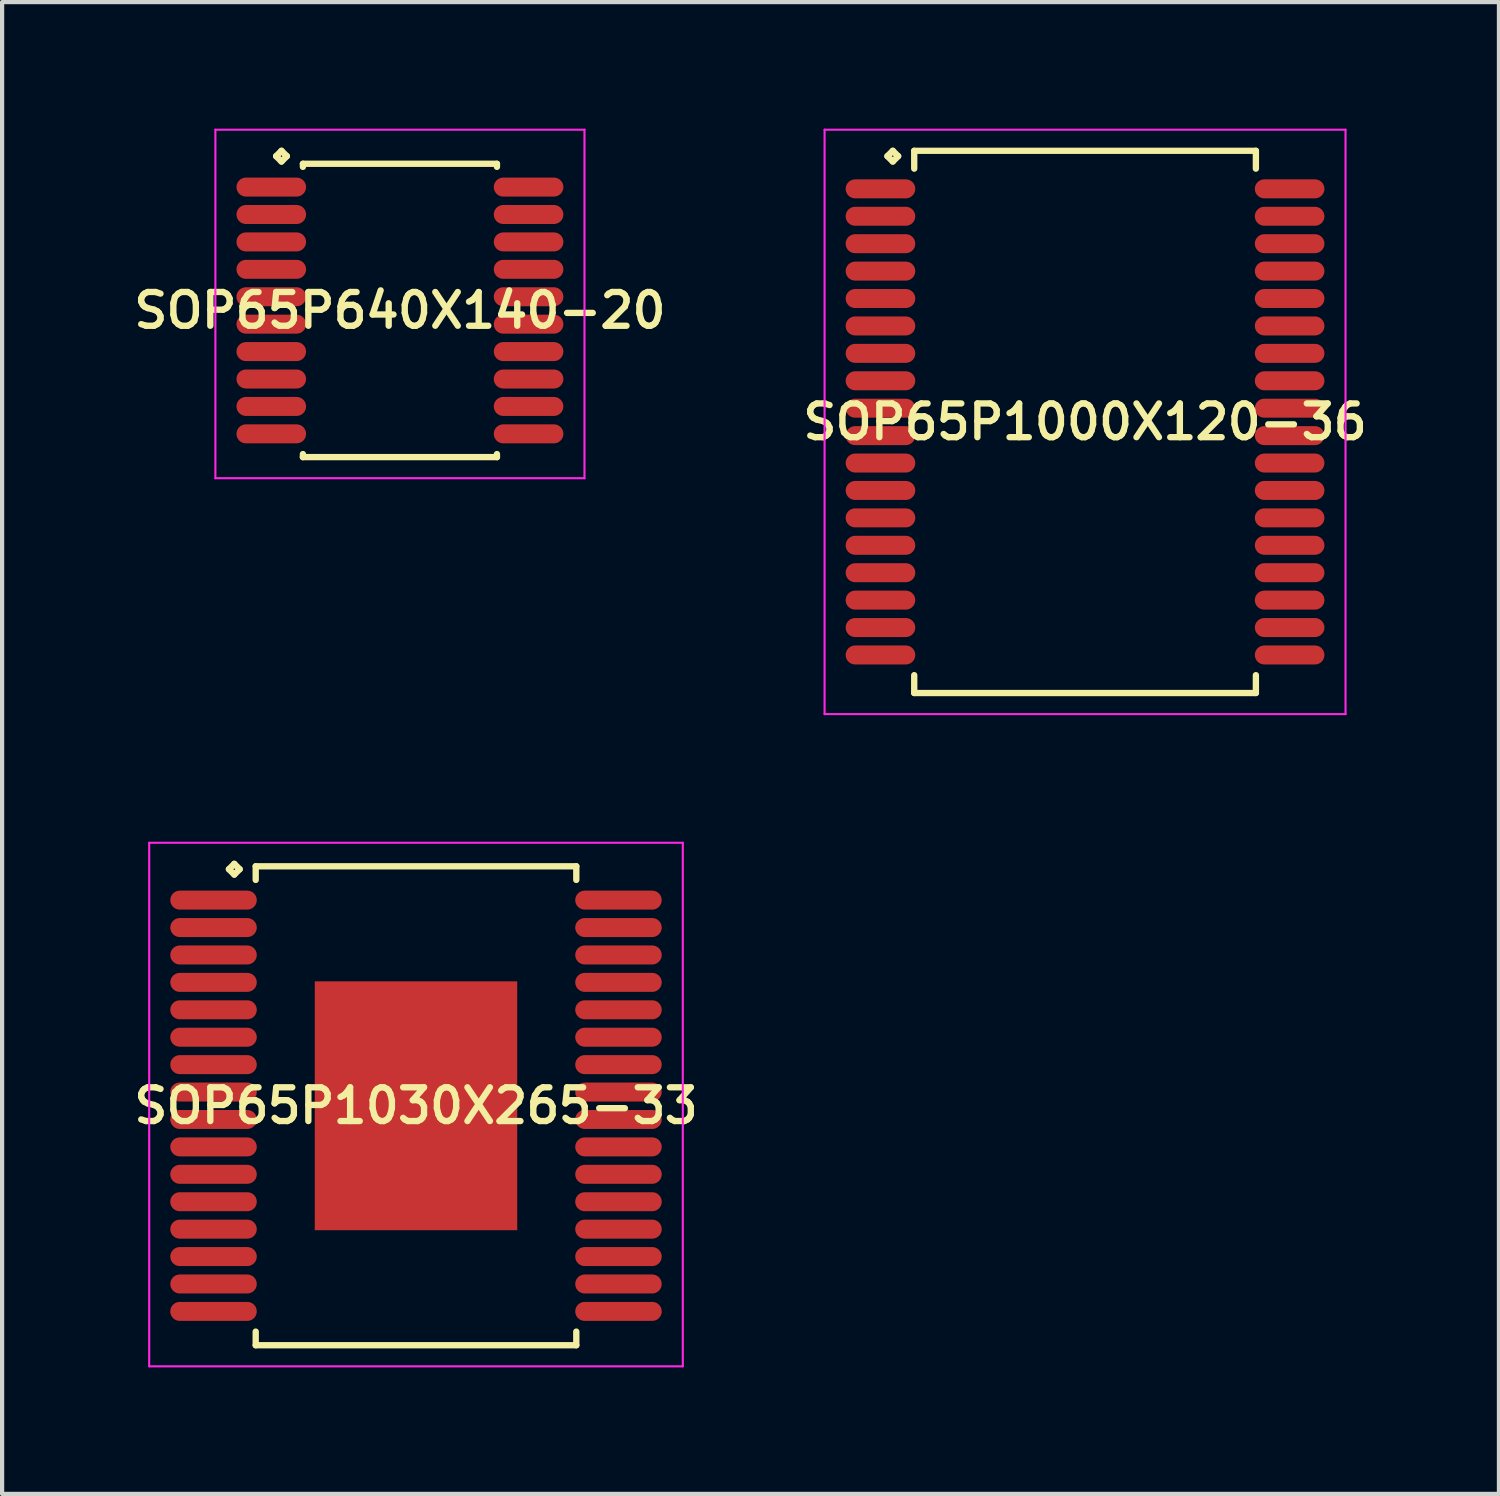
<source format=kicad_pcb>
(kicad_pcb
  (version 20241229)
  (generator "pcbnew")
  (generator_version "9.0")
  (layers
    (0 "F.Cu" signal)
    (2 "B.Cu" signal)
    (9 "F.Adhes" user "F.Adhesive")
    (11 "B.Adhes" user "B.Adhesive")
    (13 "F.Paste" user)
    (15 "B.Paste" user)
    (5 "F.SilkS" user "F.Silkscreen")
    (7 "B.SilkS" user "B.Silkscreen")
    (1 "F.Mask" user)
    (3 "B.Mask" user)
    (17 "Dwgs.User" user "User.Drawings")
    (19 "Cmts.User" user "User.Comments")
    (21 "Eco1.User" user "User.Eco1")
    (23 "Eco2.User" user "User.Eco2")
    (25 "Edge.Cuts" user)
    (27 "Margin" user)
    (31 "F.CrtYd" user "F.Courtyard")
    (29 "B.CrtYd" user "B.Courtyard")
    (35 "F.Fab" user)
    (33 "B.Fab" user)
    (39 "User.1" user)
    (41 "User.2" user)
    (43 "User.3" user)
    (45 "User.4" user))
  (footprint "SOP65P1030X265-33"
    (layer "F.Cu")
    (at 6.812 23.164)
    (property "Reference" "SOP65P1030X265-33" (at 0 0 0) (layer "F.SilkS") (effects (font (size 0.8 0.8) (thickness 0.15))))
    (attr smd)
    (fp_line (start -4.435 -5.608) (end -4.308 -5.735) (stroke (width 0.15) (type solid)) (layer "F.SilkS"))
    (fp_line (start -4.308 -5.735) (end -4.181 -5.608) (stroke (width 0.15) (type solid)) (layer "F.SilkS"))
    (fp_line (start -4.308 -5.481) (end -4.435 -5.608) (stroke (width 0.15) (type solid)) (layer "F.SilkS"))
    (fp_line (start -4.181 -5.608) (end -4.308 -5.481) (stroke (width 0.15) (type solid)) (layer "F.SilkS"))
    (fp_line (start -3.8 -5.677) (end 3.8 -5.677) (stroke (width 0.15) (type solid)) (layer "F.SilkS"))
    (fp_line (start -3.8 -5.354) (end -3.8 -5.677) (stroke (width 0.15) (type solid)) (layer "F.SilkS"))
    (fp_line (start -3.8 5.354) (end -3.8 5.677) (stroke (width 0.15) (type solid)) (layer "F.SilkS"))
    (fp_line (start -3.8 5.677) (end 3.8 5.677) (stroke (width 0.15) (type solid)) (layer "F.SilkS"))
    (fp_line (start 3.8 -5.677) (end 3.8 -5.354) (stroke (width 0.15) (type solid)) (layer "F.SilkS"))
    (fp_line (start 3.8 5.677) (end 3.8 5.354) (stroke (width 0.15) (type solid)) (layer "F.SilkS"))
    (fp_line (start -6.325 -6.235) (end 6.325 -6.235) (stroke (width 0.05) (type solid)) (layer "F.CrtYd"))
    (fp_line (start -6.325 6.177) (end -6.325 -6.235) (stroke (width 0.05) (type solid)) (layer "F.CrtYd"))
    (fp_line (start 6.325 -6.235) (end 6.325 6.177) (stroke (width 0.05) (type solid)) (layer "F.CrtYd"))
    (fp_line (start 6.325 6.177) (end -6.325 6.177) (stroke (width 0.05) (type solid)) (layer "F.CrtYd"))
    (pad "1" smd oval (at -4.8 -4.875) (size 2.05 0.45) (layers "F.Cu" "F.Mask" "F.Paste"))
    (pad "2" smd oval (at -4.8 -4.225) (size 2.05 0.45) (layers "F.Cu" "F.Mask" "F.Paste"))
    (pad "3" smd oval (at -4.8 -3.575) (size 2.05 0.45) (layers "F.Cu" "F.Mask" "F.Paste"))
    (pad "4" smd oval (at -4.8 -2.925) (size 2.05 0.45) (layers "F.Cu" "F.Mask" "F.Paste"))
    (pad "5" smd oval (at -4.8 -2.275) (size 2.05 0.45) (layers "F.Cu" "F.Mask" "F.Paste"))
    (pad "6" smd oval (at -4.8 -1.625) (size 2.05 0.45) (layers "F.Cu" "F.Mask" "F.Paste"))
    (pad "7" smd oval (at -4.8 -0.975) (size 2.05 0.45) (layers "F.Cu" "F.Mask" "F.Paste"))
    (pad "8" smd oval (at -4.8 -0.325) (size 2.05 0.45) (layers "F.Cu" "F.Mask" "F.Paste"))
    (pad "9" smd oval (at -4.8 0.325) (size 2.05 0.45) (layers "F.Cu" "F.Mask" "F.Paste"))
    (pad "10" smd oval (at -4.8 0.975) (size 2.05 0.45) (layers "F.Cu" "F.Mask" "F.Paste"))
    (pad "11" smd oval (at -4.8 1.625) (size 2.05 0.45) (layers "F.Cu" "F.Mask" "F.Paste"))
    (pad "12" smd oval (at -4.8 2.275) (size 2.05 0.45) (layers "F.Cu" "F.Mask" "F.Paste"))
    (pad "13" smd oval (at -4.8 2.925) (size 2.05 0.45) (layers "F.Cu" "F.Mask" "F.Paste"))
    (pad "14" smd oval (at -4.8 3.575) (size 2.05 0.45) (layers "F.Cu" "F.Mask" "F.Paste"))
    (pad "15" smd oval (at -4.8 4.225) (size 2.05 0.45) (layers "F.Cu" "F.Mask" "F.Paste"))
    (pad "16" smd oval (at -4.8 4.875) (size 2.05 0.45) (layers "F.Cu" "F.Mask" "F.Paste"))
    (pad "17" smd oval (at 4.8 4.875) (size 2.05 0.45) (layers "F.Cu" "F.Mask" "F.Paste"))
    (pad "18" smd oval (at 4.8 4.225) (size 2.05 0.45) (layers "F.Cu" "F.Mask" "F.Paste"))
    (pad "19" smd oval (at 4.8 3.575) (size 2.05 0.45) (layers "F.Cu" "F.Mask" "F.Paste"))
    (pad "20" smd oval (at 4.8 2.925) (size 2.05 0.45) (layers "F.Cu" "F.Mask" "F.Paste"))
    (pad "21" smd oval (at 4.8 2.275) (size 2.05 0.45) (layers "F.Cu" "F.Mask" "F.Paste"))
    (pad "22" smd oval (at 4.8 1.625) (size 2.05 0.45) (layers "F.Cu" "F.Mask" "F.Paste"))
    (pad "23" smd oval (at 4.8 0.975) (size 2.05 0.45) (layers "F.Cu" "F.Mask" "F.Paste"))
    (pad "24" smd oval (at 4.8 0.325) (size 2.05 0.45) (layers "F.Cu" "F.Mask" "F.Paste"))
    (pad "25" smd oval (at 4.8 -0.325) (size 2.05 0.45) (layers "F.Cu" "F.Mask" "F.Paste"))
    (pad "26" smd oval (at 4.8 -0.975) (size 2.05 0.45) (layers "F.Cu" "F.Mask" "F.Paste"))
    (pad "27" smd oval (at 4.8 -1.625) (size 2.05 0.45) (layers "F.Cu" "F.Mask" "F.Paste"))
    (pad "28" smd oval (at 4.8 -2.275) (size 2.05 0.45) (layers "F.Cu" "F.Mask" "F.Paste"))
    (pad "29" smd oval (at 4.8 -2.925) (size 2.05 0.45) (layers "F.Cu" "F.Mask" "F.Paste"))
    (pad "30" smd oval (at 4.8 -3.575) (size 2.05 0.45) (layers "F.Cu" "F.Mask" "F.Paste"))
    (pad "31" smd oval (at 4.8 -4.225) (size 2.05 0.45) (layers "F.Cu" "F.Mask" "F.Paste"))
    (pad "32" smd oval (at 4.8 -4.875) (size 2.05 0.45) (layers "F.Cu" "F.Mask" "F.Paste"))
    (pad "33" smd rect (at 0 0) (size 4.8 5.9) (layers "F.Cu" "F.Mask" "F.Paste")))
  (footprint "SOP65P640X140-20"
    (layer "F.Cu")
    (at 6.431 4.31)
    (property "Reference" "SOP65P640X140-20" (at 0 0 0) (layer "F.SilkS") (effects (font (size 0.8 0.8) (thickness 0.15))))
    (attr smd)
    (fp_line (start -2.935 -3.658) (end -2.808 -3.785) (stroke (width 0.15) (type solid)) (layer "F.SilkS"))
    (fp_line (start -2.808 -3.785) (end -2.681 -3.658) (stroke (width 0.15) (type solid)) (layer "F.SilkS"))
    (fp_line (start -2.808 -3.531) (end -2.935 -3.658) (stroke (width 0.15) (type solid)) (layer "F.SilkS"))
    (fp_line (start -2.681 -3.658) (end -2.808 -3.531) (stroke (width 0.15) (type solid)) (layer "F.SilkS"))
    (fp_line (start -2.3 -3.477) (end 2.3 -3.477) (stroke (width 0.15) (type solid)) (layer "F.SilkS"))
    (fp_line (start -2.3 -3.404) (end -2.3 -3.477) (stroke (width 0.15) (type solid)) (layer "F.SilkS"))
    (fp_line (start -2.3 3.404) (end -2.3 3.477) (stroke (width 0.15) (type solid)) (layer "F.SilkS"))
    (fp_line (start -2.3 3.477) (end 2.3 3.477) (stroke (width 0.15) (type solid)) (layer "F.SilkS"))
    (fp_line (start 2.3 -3.477) (end 2.3 -3.404) (stroke (width 0.15) (type solid)) (layer "F.SilkS"))
    (fp_line (start 2.3 3.477) (end 2.3 3.404) (stroke (width 0.15) (type solid)) (layer "F.SilkS"))
    (fp_line (start -4.375 -4.285) (end 4.375 -4.285) (stroke (width 0.05) (type solid)) (layer "F.CrtYd"))
    (fp_line (start -4.375 3.977) (end -4.375 -4.285) (stroke (width 0.05) (type solid)) (layer "F.CrtYd"))
    (fp_line (start 4.375 -4.285) (end 4.375 3.977) (stroke (width 0.05) (type solid)) (layer "F.CrtYd"))
    (fp_line (start 4.375 3.977) (end -4.375 3.977) (stroke (width 0.05) (type solid)) (layer "F.CrtYd"))
    (pad "1" smd oval (at -3.05 -2.925) (size 1.65 0.45) (layers "F.Cu" "F.Mask" "F.Paste"))
    (pad "2" smd oval (at -3.05 -2.275) (size 1.65 0.45) (layers "F.Cu" "F.Mask" "F.Paste"))
    (pad "3" smd oval (at -3.05 -1.625) (size 1.65 0.45) (layers "F.Cu" "F.Mask" "F.Paste"))
    (pad "4" smd oval (at -3.05 -0.975) (size 1.65 0.45) (layers "F.Cu" "F.Mask" "F.Paste"))
    (pad "5" smd oval (at -3.05 -0.325) (size 1.65 0.45) (layers "F.Cu" "F.Mask" "F.Paste"))
    (pad "6" smd oval (at -3.05 0.325) (size 1.65 0.45) (layers "F.Cu" "F.Mask" "F.Paste"))
    (pad "7" smd oval (at -3.05 0.975) (size 1.65 0.45) (layers "F.Cu" "F.Mask" "F.Paste"))
    (pad "8" smd oval (at -3.05 1.625) (size 1.65 0.45) (layers "F.Cu" "F.Mask" "F.Paste"))
    (pad "9" smd oval (at -3.05 2.275) (size 1.65 0.45) (layers "F.Cu" "F.Mask" "F.Paste"))
    (pad "10" smd oval (at -3.05 2.925) (size 1.65 0.45) (layers "F.Cu" "F.Mask" "F.Paste"))
    (pad "11" smd oval (at 3.05 2.925) (size 1.65 0.45) (layers "F.Cu" "F.Mask" "F.Paste"))
    (pad "12" smd oval (at 3.05 2.275) (size 1.65 0.45) (layers "F.Cu" "F.Mask" "F.Paste"))
    (pad "13" smd oval (at 3.05 1.625) (size 1.65 0.45) (layers "F.Cu" "F.Mask" "F.Paste"))
    (pad "14" smd oval (at 3.05 0.975) (size 1.65 0.45) (layers "F.Cu" "F.Mask" "F.Paste"))
    (pad "15" smd oval (at 3.05 0.325) (size 1.65 0.45) (layers "F.Cu" "F.Mask" "F.Paste"))
    (pad "16" smd oval (at 3.05 -0.325) (size 1.65 0.45) (layers "F.Cu" "F.Mask" "F.Paste"))
    (pad "17" smd oval (at 3.05 -0.975) (size 1.65 0.45) (layers "F.Cu" "F.Mask" "F.Paste"))
    (pad "18" smd oval (at 3.05 -1.625) (size 1.65 0.45) (layers "F.Cu" "F.Mask" "F.Paste"))
    (pad "19" smd oval (at 3.05 -2.275) (size 1.65 0.45) (layers "F.Cu" "F.Mask" "F.Paste"))
    (pad "20" smd oval (at 3.05 -2.925) (size 1.65 0.45) (layers "F.Cu" "F.Mask" "F.Paste")))
  (footprint "SOP65P1000X120-36"
    (layer "F.Cu")
    (at 22.673 6.952)
    (property "Reference" "SOP65P1000X120-36" (at 0 0 0) (layer "F.SilkS") (effects (font (size 0.8 0.8) (thickness 0.15))))
    (attr smd)
    (fp_line (start -4.685 -6.3) (end -4.558 -6.427) (stroke (width 0.15) (type solid)) (layer "F.SilkS"))
    (fp_line (start -4.558 -6.427) (end -4.431 -6.3) (stroke (width 0.15) (type solid)) (layer "F.SilkS"))
    (fp_line (start -4.558 -6.173) (end -4.685 -6.3) (stroke (width 0.15) (type solid)) (layer "F.SilkS"))
    (fp_line (start -4.431 -6.3) (end -4.558 -6.173) (stroke (width 0.15) (type solid)) (layer "F.SilkS"))
    (fp_line (start -4.05 -6.427) (end 4.05 -6.427) (stroke (width 0.15) (type solid)) (layer "F.SilkS"))
    (fp_line (start -4.05 -6.004) (end -4.05 -6.427) (stroke (width 0.15) (type solid)) (layer "F.SilkS"))
    (fp_line (start -4.05 6.004) (end -4.05 6.427) (stroke (width 0.15) (type solid)) (layer "F.SilkS"))
    (fp_line (start -4.05 6.427) (end 4.05 6.427) (stroke (width 0.15) (type solid)) (layer "F.SilkS"))
    (fp_line (start 4.05 -6.427) (end 4.05 -6.004) (stroke (width 0.15) (type solid)) (layer "F.SilkS"))
    (fp_line (start 4.05 6.427) (end 4.05 6.004) (stroke (width 0.15) (type solid)) (layer "F.SilkS"))
    (fp_line (start -6.175 -6.927) (end 6.175 -6.927) (stroke (width 0.05) (type solid)) (layer "F.CrtYd"))
    (fp_line (start -6.175 6.927) (end -6.175 -6.927) (stroke (width 0.05) (type solid)) (layer "F.CrtYd"))
    (fp_line (start 6.175 -6.927) (end 6.175 6.927) (stroke (width 0.05) (type solid)) (layer "F.CrtYd"))
    (fp_line (start 6.175 6.927) (end -6.175 6.927) (stroke (width 0.05) (type solid)) (layer "F.CrtYd"))
    (pad "1" smd oval (at -4.85 -5.525) (size 1.65 0.45) (layers "F.Cu" "F.Mask" "F.Paste"))
    (pad "2" smd oval (at -4.85 -4.875) (size 1.65 0.45) (layers "F.Cu" "F.Mask" "F.Paste"))
    (pad "3" smd oval (at -4.85 -4.225) (size 1.65 0.45) (layers "F.Cu" "F.Mask" "F.Paste"))
    (pad "4" smd oval (at -4.85 -3.575) (size 1.65 0.45) (layers "F.Cu" "F.Mask" "F.Paste"))
    (pad "5" smd oval (at -4.85 -2.925) (size 1.65 0.45) (layers "F.Cu" "F.Mask" "F.Paste"))
    (pad "6" smd oval (at -4.85 -2.275) (size 1.65 0.45) (layers "F.Cu" "F.Mask" "F.Paste"))
    (pad "7" smd oval (at -4.85 -1.625) (size 1.65 0.45) (layers "F.Cu" "F.Mask" "F.Paste"))
    (pad "8" smd oval (at -4.85 -0.975) (size 1.65 0.45) (layers "F.Cu" "F.Mask" "F.Paste"))
    (pad "9" smd oval (at -4.85 -0.325) (size 1.65 0.45) (layers "F.Cu" "F.Mask" "F.Paste"))
    (pad "10" smd oval (at -4.85 0.325) (size 1.65 0.45) (layers "F.Cu" "F.Mask" "F.Paste"))
    (pad "11" smd oval (at -4.85 0.975) (size 1.65 0.45) (layers "F.Cu" "F.Mask" "F.Paste"))
    (pad "12" smd oval (at -4.85 1.625) (size 1.65 0.45) (layers "F.Cu" "F.Mask" "F.Paste"))
    (pad "13" smd oval (at -4.85 2.275) (size 1.65 0.45) (layers "F.Cu" "F.Mask" "F.Paste"))
    (pad "14" smd oval (at -4.85 2.925) (size 1.65 0.45) (layers "F.Cu" "F.Mask" "F.Paste"))
    (pad "15" smd oval (at -4.85 3.575) (size 1.65 0.45) (layers "F.Cu" "F.Mask" "F.Paste"))
    (pad "16" smd oval (at -4.85 4.225) (size 1.65 0.45) (layers "F.Cu" "F.Mask" "F.Paste"))
    (pad "17" smd oval (at -4.85 4.875) (size 1.65 0.45) (layers "F.Cu" "F.Mask" "F.Paste"))
    (pad "18" smd oval (at -4.85 5.525) (size 1.65 0.45) (layers "F.Cu" "F.Mask" "F.Paste"))
    (pad "19" smd oval (at 4.85 5.525) (size 1.65 0.45) (layers "F.Cu" "F.Mask" "F.Paste"))
    (pad "20" smd oval (at 4.85 4.875) (size 1.65 0.45) (layers "F.Cu" "F.Mask" "F.Paste"))
    (pad "21" smd oval (at 4.85 4.225) (size 1.65 0.45) (layers "F.Cu" "F.Mask" "F.Paste"))
    (pad "22" smd oval (at 4.85 3.575) (size 1.65 0.45) (layers "F.Cu" "F.Mask" "F.Paste"))
    (pad "23" smd oval (at 4.85 2.925) (size 1.65 0.45) (layers "F.Cu" "F.Mask" "F.Paste"))
    (pad "24" smd oval (at 4.85 2.275) (size 1.65 0.45) (layers "F.Cu" "F.Mask" "F.Paste"))
    (pad "25" smd oval (at 4.85 1.625) (size 1.65 0.45) (layers "F.Cu" "F.Mask" "F.Paste"))
    (pad "26" smd oval (at 4.85 0.975) (size 1.65 0.45) (layers "F.Cu" "F.Mask" "F.Paste"))
    (pad "27" smd oval (at 4.85 0.325) (size 1.65 0.45) (layers "F.Cu" "F.Mask" "F.Paste"))
    (pad "28" smd oval (at 4.85 -0.325) (size 1.65 0.45) (layers "F.Cu" "F.Mask" "F.Paste"))
    (pad "29" smd oval (at 4.85 -0.975) (size 1.65 0.45) (layers "F.Cu" "F.Mask" "F.Paste"))
    (pad "30" smd oval (at 4.85 -1.625) (size 1.65 0.45) (layers "F.Cu" "F.Mask" "F.Paste"))
    (pad "31" smd oval (at 4.85 -2.275) (size 1.65 0.45) (layers "F.Cu" "F.Mask" "F.Paste"))
    (pad "32" smd oval (at 4.85 -2.925) (size 1.65 0.45) (layers "F.Cu" "F.Mask" "F.Paste"))
    (pad "33" smd oval (at 4.85 -3.575) (size 1.65 0.45) (layers "F.Cu" "F.Mask" "F.Paste"))
    (pad "34" smd oval (at 4.85 -4.225) (size 1.65 0.45) (layers "F.Cu" "F.Mask" "F.Paste"))
    (pad "35" smd oval (at 4.85 -4.875) (size 1.65 0.45) (layers "F.Cu" "F.Mask" "F.Paste"))
    (pad "36" smd oval (at 4.85 -5.525) (size 1.65 0.45) (layers "F.Cu" "F.Mask" "F.Paste")))
  (gr_rect
    (start -3 -3)
    (end 32.485 32.366)
    (stroke (width 0.1) (type default))
    (fill no)
    (layer "Edge.Cuts")))
</source>
